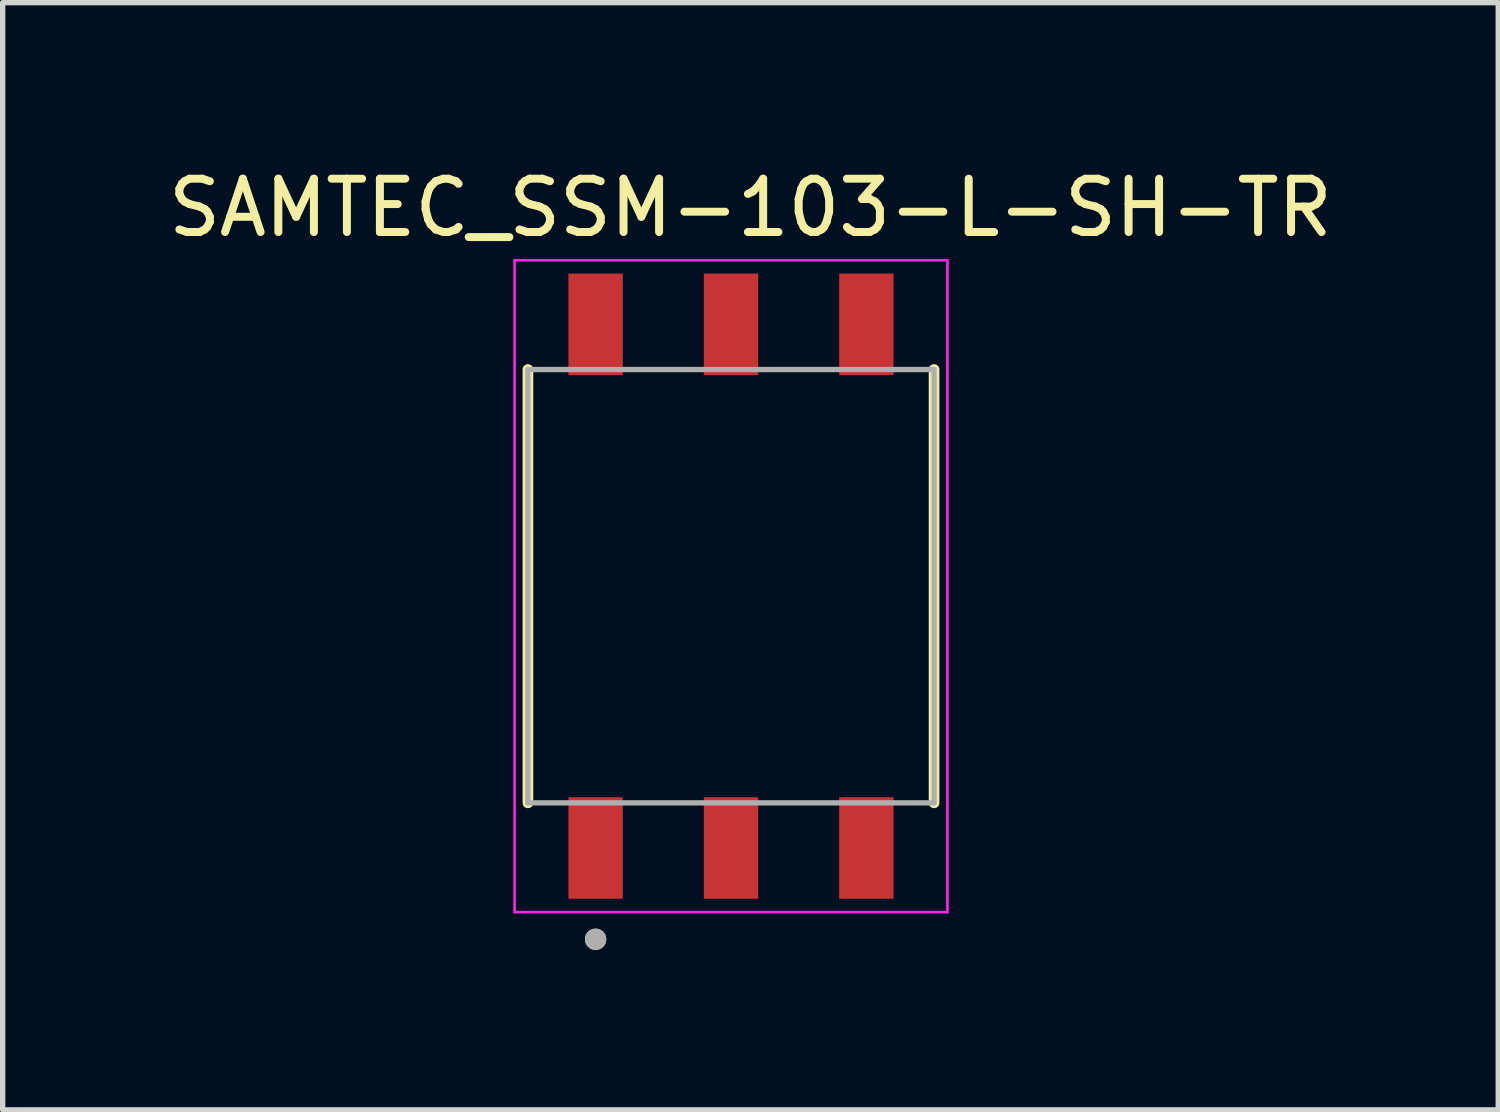
<source format=kicad_pcb>
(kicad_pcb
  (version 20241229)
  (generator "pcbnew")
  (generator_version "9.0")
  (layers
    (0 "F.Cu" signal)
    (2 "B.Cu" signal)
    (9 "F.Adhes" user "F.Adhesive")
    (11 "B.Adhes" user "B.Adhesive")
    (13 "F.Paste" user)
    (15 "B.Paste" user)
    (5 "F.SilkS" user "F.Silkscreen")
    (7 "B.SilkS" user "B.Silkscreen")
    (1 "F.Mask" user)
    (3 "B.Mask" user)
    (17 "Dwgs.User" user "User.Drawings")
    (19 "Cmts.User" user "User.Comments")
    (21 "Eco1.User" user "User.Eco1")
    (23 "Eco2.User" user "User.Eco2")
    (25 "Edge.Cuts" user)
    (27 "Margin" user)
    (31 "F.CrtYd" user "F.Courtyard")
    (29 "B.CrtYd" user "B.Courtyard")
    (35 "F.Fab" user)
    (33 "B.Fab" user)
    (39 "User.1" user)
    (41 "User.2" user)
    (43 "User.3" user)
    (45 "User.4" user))
  (footprint "SAMTEC_SSM-103-L-SH-TR"
    (layer "F.Cu")
    (at 10.665 7.948)
    (property "Reference" "SAMTEC_SSM-103-L-SH-TR" (at 0.365 -7.1 0) (layer "F.SilkS") (effects (font (size 1 1) (thickness 0.15))))
    (attr smd)
    (fp_line (start -3.81 4.065) (end -3.81 -4.065) (stroke (width 0.2) (type solid)) (layer "F.SilkS"))
    (fp_line (start 3.81 4.065) (end 3.81 -4.065) (stroke (width 0.2) (type solid)) (layer "F.SilkS"))
    (fp_circle (center -2.54 6.625) (end -2.44 6.625) (stroke (width 0.2) (type solid)) (fill no) (layer "F.SilkS"))
    (fp_line (start -4.06 -6.115) (end 4.06 -6.115) (stroke (width 0.05) (type solid)) (layer "F.CrtYd"))
    (fp_line (start -4.06 6.115) (end -4.06 -6.115) (stroke (width 0.05) (type solid)) (layer "F.CrtYd"))
    (fp_line (start 4.06 -6.115) (end 4.06 6.115) (stroke (width 0.05) (type solid)) (layer "F.CrtYd"))
    (fp_line (start 4.06 6.115) (end -4.06 6.115) (stroke (width 0.05) (type solid)) (layer "F.CrtYd"))
    (fp_line (start -3.81 -4.065) (end 3.81 -4.065) (stroke (width 0.1) (type solid)) (layer "F.Fab"))
    (fp_line (start -3.81 4.065) (end -3.81 -4.065) (stroke (width 0.1) (type solid)) (layer "F.Fab"))
    (fp_line (start 3.81 -4.065) (end 3.81 4.065) (stroke (width 0.1) (type solid)) (layer "F.Fab"))
    (fp_line (start 3.81 4.065) (end -3.81 4.065) (stroke (width 0.1) (type solid)) (layer "F.Fab"))
    (fp_circle (center -2.54 6.625) (end -2.44 6.625) (stroke (width 0.2) (type solid)) (fill no) (layer "F.Fab"))
    (pad "01_1" smd rect (at -2.54 4.912) (size 1.02 1.905) (layers "F.Cu" "F.Mask" "F.Paste"))
    (pad "01_2" smd rect (at -2.54 -4.912) (size 1.02 1.905) (layers "F.Cu" "F.Mask" "F.Paste"))
    (pad "02_1" smd rect (at 0 4.912) (size 1.02 1.905) (layers "F.Cu" "F.Mask" "F.Paste"))
    (pad "02_2" smd rect (at 0 -4.912) (size 1.02 1.905) (layers "F.Cu" "F.Mask" "F.Paste"))
    (pad "03_1" smd rect (at 2.54 4.912) (size 1.02 1.905) (layers "F.Cu" "F.Mask" "F.Paste"))
    (pad "03_2" smd rect (at 2.54 -4.912) (size 1.02 1.905) (layers "F.Cu" "F.Mask" "F.Paste")))
  (gr_rect
    (start -3 -3)
    (end 25.06 17.773)
    (stroke (width 0.1) (type default))
    (fill no)
    (layer "Edge.Cuts")))
</source>
